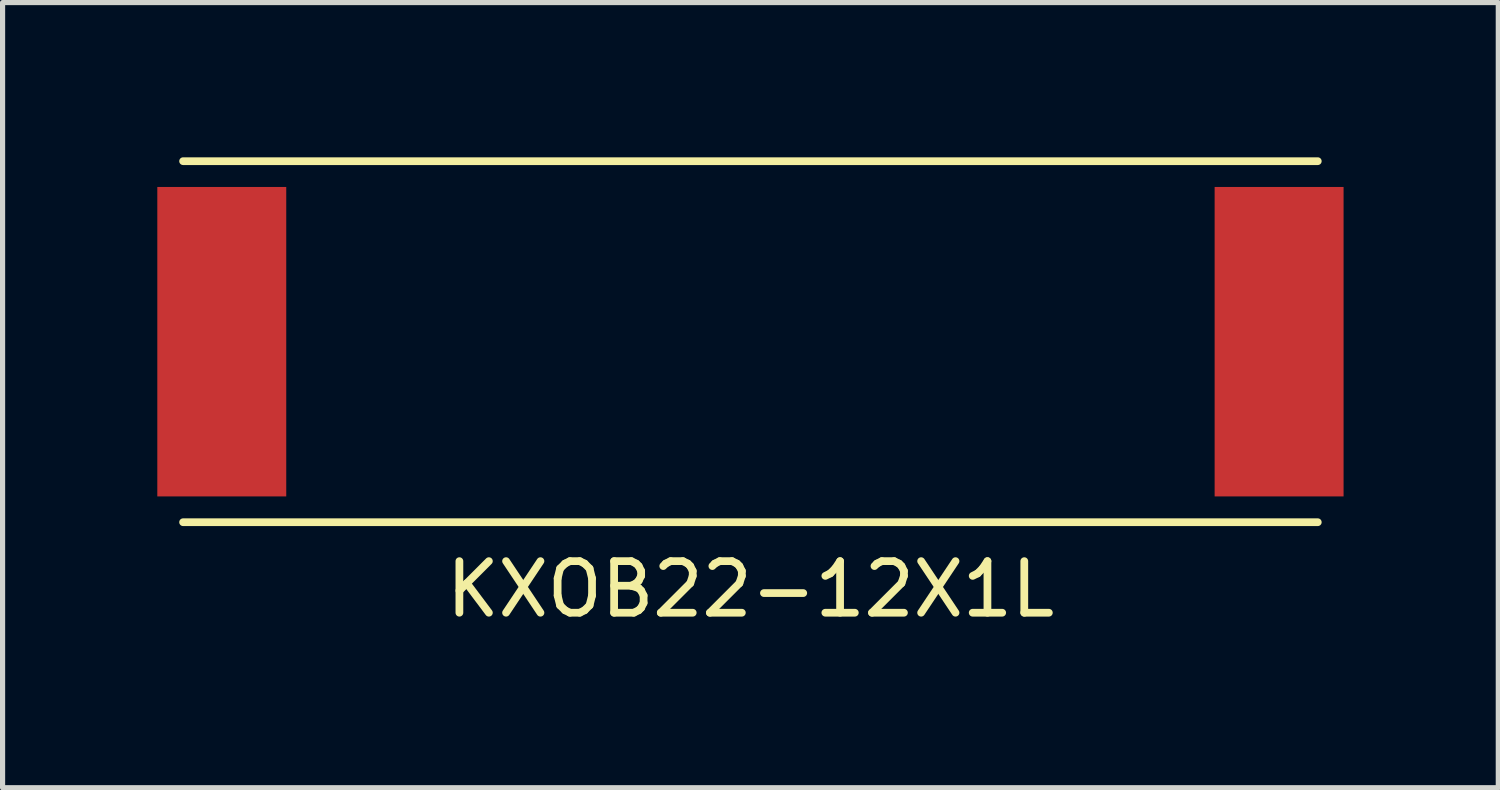
<source format=kicad_pcb>
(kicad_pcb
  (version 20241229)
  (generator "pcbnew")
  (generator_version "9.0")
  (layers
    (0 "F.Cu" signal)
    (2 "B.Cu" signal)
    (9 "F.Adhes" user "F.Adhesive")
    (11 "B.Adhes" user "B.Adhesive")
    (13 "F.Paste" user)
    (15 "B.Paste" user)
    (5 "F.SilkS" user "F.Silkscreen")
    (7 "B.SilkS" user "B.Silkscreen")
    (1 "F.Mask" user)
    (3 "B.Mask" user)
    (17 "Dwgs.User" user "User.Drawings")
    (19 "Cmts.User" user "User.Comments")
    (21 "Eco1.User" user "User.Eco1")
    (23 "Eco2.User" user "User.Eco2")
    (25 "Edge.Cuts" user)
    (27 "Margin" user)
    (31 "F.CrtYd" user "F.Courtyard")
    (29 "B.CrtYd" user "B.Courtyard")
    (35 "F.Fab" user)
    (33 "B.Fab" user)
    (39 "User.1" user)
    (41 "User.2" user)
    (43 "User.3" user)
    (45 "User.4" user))
  (footprint "KXOB22-12X1L"
    (layer "F.Cu")
    (at 11.5 3.575)
    (property "Reference" "KXOB22-12X1L" (at 0 4.8 0) (layer "F.SilkS") (effects (font (size 1 1) (thickness 0.15))))
    (attr through_hole)
    (fp_line (start -11 3.5) (end 11 3.5) (stroke (width 0.15) (type solid)) (layer "F.SilkS"))
    (fp_line (start 11 -3.5) (end -11 -3.5) (stroke (width 0.15) (type solid)) (layer "F.SilkS"))
    (pad "1" smd rect (at -10.25 0) (size 2.5 6) (layers "F.Cu" "F.Mask" "F.Paste"))
    (pad "2" smd rect (at 10.25 0) (size 2.5 6) (layers "F.Cu" "F.Mask" "F.Paste")))
  (gr_rect
    (start -3 -3)
    (end 26 12.223)
    (stroke (width 0.1) (type default))
    (fill no)
    (layer "Edge.Cuts")))
</source>
